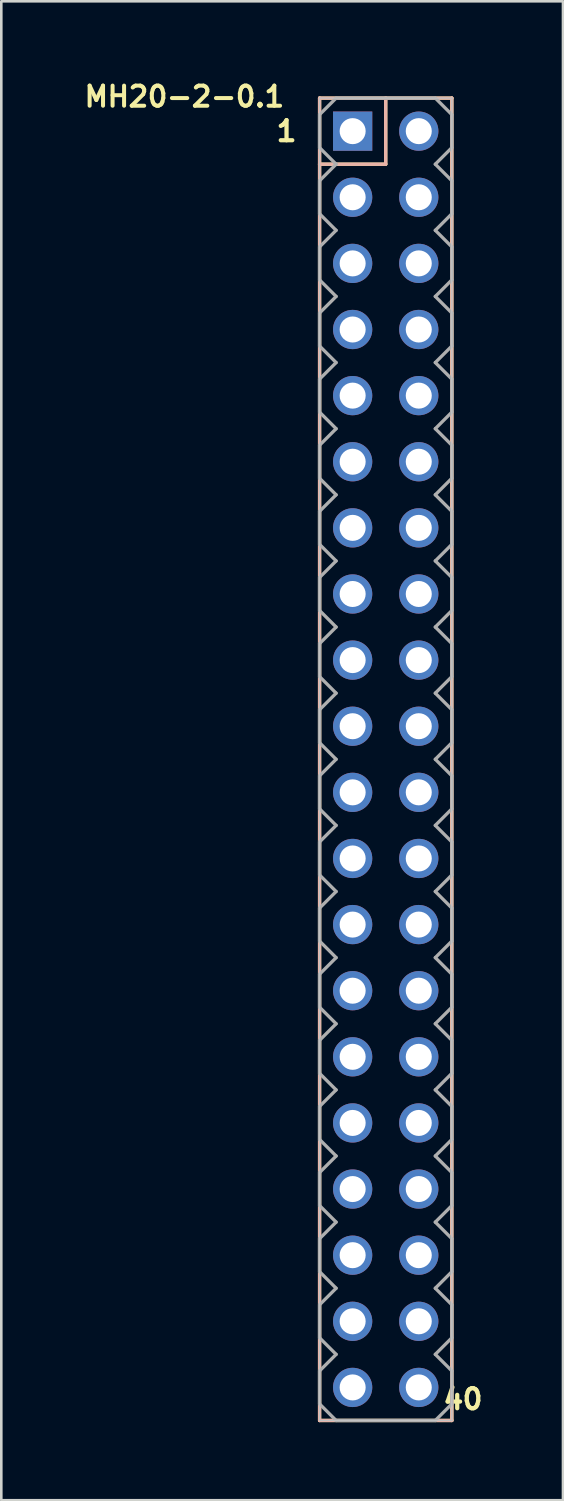
<source format=kicad_pcb>
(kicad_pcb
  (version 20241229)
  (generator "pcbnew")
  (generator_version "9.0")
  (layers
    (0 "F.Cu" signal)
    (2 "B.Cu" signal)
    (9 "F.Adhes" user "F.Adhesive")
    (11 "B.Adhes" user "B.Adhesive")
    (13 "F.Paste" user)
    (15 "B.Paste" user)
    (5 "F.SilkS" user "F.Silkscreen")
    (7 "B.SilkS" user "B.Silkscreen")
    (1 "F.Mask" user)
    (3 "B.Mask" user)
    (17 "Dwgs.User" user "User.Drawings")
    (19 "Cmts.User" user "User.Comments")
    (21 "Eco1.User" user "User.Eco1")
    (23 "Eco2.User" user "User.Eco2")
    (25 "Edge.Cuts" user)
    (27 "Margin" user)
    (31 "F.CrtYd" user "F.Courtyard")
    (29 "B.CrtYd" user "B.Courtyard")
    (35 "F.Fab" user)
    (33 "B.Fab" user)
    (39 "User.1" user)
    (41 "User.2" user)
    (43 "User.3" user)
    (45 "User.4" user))
  (footprint "MH20-2-0.1"
    (layer "F.Cu")
    (at 11.767 23.578)
    (property "Reference" "MH20-2-0.1" (at -3.81 -23.368 0) (layer "F.SilkS") (effects (font (size 0.772 0.772) (thickness 0.154)) (justify right top)))
    (attr through_hole)
    (fp_line (start -2.54 -22.86) (end 0 -22.86) (stroke (width 0.127) (type solid)) (layer "F.SilkS"))
    (fp_line (start -2.54 -20.32) (end -2.54 -22.86) (stroke (width 0.127) (type solid)) (layer "F.SilkS"))
    (fp_line (start -2.54 -20.32) (end 0 -20.32) (stroke (width 0.127) (type solid)) (layer "F.SilkS"))
    (fp_line (start -2.54 27.94) (end -2.54 -20.32) (stroke (width 0.127) (type solid)) (layer "F.SilkS"))
    (fp_line (start 0 -22.86) (end 2.54 -22.86) (stroke (width 0.127) (type solid)) (layer "F.SilkS"))
    (fp_line (start 0 -20.32) (end 0 -22.86) (stroke (width 0.127) (type solid)) (layer "F.SilkS"))
    (fp_line (start 2.54 -22.86) (end 2.54 27.94) (stroke (width 0.127) (type solid)) (layer "F.SilkS"))
    (fp_line (start 2.54 27.94) (end -2.54 27.94) (stroke (width 0.127) (type solid)) (layer "F.SilkS"))
    (fp_line (start -2.54 -22.86) (end 0 -22.86) (stroke (width 0.127) (type solid)) (layer "B.SilkS"))
    (fp_line (start -2.54 -20.32) (end -2.54 -22.86) (stroke (width 0.127) (type solid)) (layer "B.SilkS"))
    (fp_line (start -2.54 -20.32) (end 0 -20.32) (stroke (width 0.127) (type solid)) (layer "B.SilkS"))
    (fp_line (start -2.54 27.94) (end -2.54 -20.32) (stroke (width 0.127) (type solid)) (layer "B.SilkS"))
    (fp_line (start 0 -22.86) (end 2.54 -22.86) (stroke (width 0.127) (type solid)) (layer "B.SilkS"))
    (fp_line (start 0 -20.32) (end 0 -22.86) (stroke (width 0.127) (type solid)) (layer "B.SilkS"))
    (fp_line (start 2.54 -22.86) (end 2.54 27.94) (stroke (width 0.127) (type solid)) (layer "B.SilkS"))
    (fp_line (start 2.54 27.94) (end -2.54 27.94) (stroke (width 0.127) (type solid)) (layer "B.SilkS"))
    (fp_line (start -2.54 -22.86) (end 2.54 -22.86) (stroke (width 0.051) (type solid)) (layer "Dwgs.User"))
    (fp_line (start -2.54 27.94) (end -2.54 -22.86) (stroke (width 0.051) (type solid)) (layer "Dwgs.User"))
    (fp_line (start 2.54 -22.86) (end 2.54 27.94) (stroke (width 0.051) (type solid)) (layer "Dwgs.User"))
    (fp_line (start 2.54 27.94) (end -2.54 27.94) (stroke (width 0.051) (type solid)) (layer "Dwgs.User"))
    (fp_line (start -2.54 -20.955) (end -2.54 -22.225) (stroke (width 0.127) (type solid)) (layer "F.Fab"))
    (fp_line (start -2.54 -19.685) (end -1.905 -20.32) (stroke (width 0.127) (type solid)) (layer "F.Fab"))
    (fp_line (start -2.54 -18.415) (end -2.54 -19.685) (stroke (width 0.127) (type solid)) (layer "F.Fab"))
    (fp_line (start -2.54 -17.145) (end -1.905 -17.78) (stroke (width 0.127) (type solid)) (layer "F.Fab"))
    (fp_line (start -2.54 -15.875) (end -2.54 -17.145) (stroke (width 0.127) (type solid)) (layer "F.Fab"))
    (fp_line (start -2.54 -14.605) (end -1.905 -15.24) (stroke (width 0.127) (type solid)) (layer "F.Fab"))
    (fp_line (start -2.54 -13.335) (end -2.54 -14.605) (stroke (width 0.127) (type solid)) (layer "F.Fab"))
    (fp_line (start -2.54 -12.065) (end -1.905 -12.7) (stroke (width 0.127) (type solid)) (layer "F.Fab"))
    (fp_line (start -2.54 -10.795) (end -2.54 -12.065) (stroke (width 0.127) (type solid)) (layer "F.Fab"))
    (fp_line (start -2.54 -9.525) (end -1.905 -10.16) (stroke (width 0.127) (type solid)) (layer "F.Fab"))
    (fp_line (start -2.54 -8.255) (end -2.54 -9.525) (stroke (width 0.127) (type solid)) (layer "F.Fab"))
    (fp_line (start -2.54 -6.985) (end -1.905 -7.62) (stroke (width 0.127) (type solid)) (layer "F.Fab"))
    (fp_line (start -2.54 -5.715) (end -2.54 -6.985) (stroke (width 0.127) (type solid)) (layer "F.Fab"))
    (fp_line (start -2.54 -4.445) (end -1.905 -5.08) (stroke (width 0.127) (type solid)) (layer "F.Fab"))
    (fp_line (start -2.54 -3.175) (end -2.54 -4.445) (stroke (width 0.127) (type solid)) (layer "F.Fab"))
    (fp_line (start -2.54 -1.905) (end -1.905 -2.54) (stroke (width 0.127) (type solid)) (layer "F.Fab"))
    (fp_line (start -2.54 -0.635) (end -2.54 -1.905) (stroke (width 0.127) (type solid)) (layer "F.Fab"))
    (fp_line (start -2.54 0.635) (end -1.905 0) (stroke (width 0.127) (type solid)) (layer "F.Fab"))
    (fp_line (start -2.54 1.905) (end -2.54 0.635) (stroke (width 0.127) (type solid)) (layer "F.Fab"))
    (fp_line (start -2.54 3.175) (end -1.905 2.54) (stroke (width 0.127) (type solid)) (layer "F.Fab"))
    (fp_line (start -2.54 4.445) (end -2.54 3.175) (stroke (width 0.127) (type solid)) (layer "F.Fab"))
    (fp_line (start -2.54 5.715) (end -1.905 5.08) (stroke (width 0.127) (type solid)) (layer "F.Fab"))
    (fp_line (start -2.54 6.985) (end -2.54 5.715) (stroke (width 0.127) (type solid)) (layer "F.Fab"))
    (fp_line (start -2.54 8.255) (end -1.905 7.62) (stroke (width 0.127) (type solid)) (layer "F.Fab"))
    (fp_line (start -2.54 9.525) (end -2.54 8.255) (stroke (width 0.127) (type solid)) (layer "F.Fab"))
    (fp_line (start -2.54 10.795) (end -1.905 10.16) (stroke (width 0.127) (type solid)) (layer "F.Fab"))
    (fp_line (start -2.54 12.065) (end -2.54 10.795) (stroke (width 0.127) (type solid)) (layer "F.Fab"))
    (fp_line (start -2.54 13.335) (end -1.905 12.7) (stroke (width 0.127) (type solid)) (layer "F.Fab"))
    (fp_line (start -2.54 14.605) (end -2.54 13.335) (stroke (width 0.127) (type solid)) (layer "F.Fab"))
    (fp_line (start -2.54 15.875) (end -1.905 15.24) (stroke (width 0.127) (type solid)) (layer "F.Fab"))
    (fp_line (start -2.54 17.145) (end -2.54 15.875) (stroke (width 0.127) (type solid)) (layer "F.Fab"))
    (fp_line (start -2.54 18.415) (end -1.905 17.78) (stroke (width 0.127) (type solid)) (layer "F.Fab"))
    (fp_line (start -2.54 19.685) (end -2.54 18.415) (stroke (width 0.127) (type solid)) (layer "F.Fab"))
    (fp_line (start -2.54 20.955) (end -1.905 20.32) (stroke (width 0.127) (type solid)) (layer "F.Fab"))
    (fp_line (start -2.54 22.225) (end -2.54 20.955) (stroke (width 0.127) (type solid)) (layer "F.Fab"))
    (fp_line (start -2.54 23.495) (end -1.905 22.86) (stroke (width 0.127) (type solid)) (layer "F.Fab"))
    (fp_line (start -2.54 24.765) (end -2.54 23.495) (stroke (width 0.127) (type solid)) (layer "F.Fab"))
    (fp_line (start -2.54 26.035) (end -1.905 25.4) (stroke (width 0.127) (type solid)) (layer "F.Fab"))
    (fp_line (start -2.54 27.305) (end -2.54 26.035) (stroke (width 0.127) (type solid)) (layer "F.Fab"))
    (fp_line (start -1.905 -22.86) (end -2.54 -22.225) (stroke (width 0.127) (type solid)) (layer "F.Fab"))
    (fp_line (start -1.905 -20.32) (end -2.54 -20.955) (stroke (width 0.127) (type solid)) (layer "F.Fab"))
    (fp_line (start -1.905 -17.78) (end -2.54 -18.415) (stroke (width 0.127) (type solid)) (layer "F.Fab"))
    (fp_line (start -1.905 -15.24) (end -2.54 -15.875) (stroke (width 0.127) (type solid)) (layer "F.Fab"))
    (fp_line (start -1.905 -12.7) (end -2.54 -13.335) (stroke (width 0.127) (type solid)) (layer "F.Fab"))
    (fp_line (start -1.905 -10.16) (end -2.54 -10.795) (stroke (width 0.127) (type solid)) (layer "F.Fab"))
    (fp_line (start -1.905 -7.62) (end -2.54 -8.255) (stroke (width 0.127) (type solid)) (layer "F.Fab"))
    (fp_line (start -1.905 -5.08) (end -2.54 -5.715) (stroke (width 0.127) (type solid)) (layer "F.Fab"))
    (fp_line (start -1.905 -2.54) (end -2.54 -3.175) (stroke (width 0.127) (type solid)) (layer "F.Fab"))
    (fp_line (start -1.905 0) (end -2.54 -0.635) (stroke (width 0.127) (type solid)) (layer "F.Fab"))
    (fp_line (start -1.905 2.54) (end -2.54 1.905) (stroke (width 0.127) (type solid)) (layer "F.Fab"))
    (fp_line (start -1.905 5.08) (end -2.54 4.445) (stroke (width 0.127) (type solid)) (layer "F.Fab"))
    (fp_line (start -1.905 7.62) (end -2.54 6.985) (stroke (width 0.127) (type solid)) (layer "F.Fab"))
    (fp_line (start -1.905 10.16) (end -2.54 9.525) (stroke (width 0.127) (type solid)) (layer "F.Fab"))
    (fp_line (start -1.905 12.7) (end -2.54 12.065) (stroke (width 0.127) (type solid)) (layer "F.Fab"))
    (fp_line (start -1.905 15.24) (end -2.54 14.605) (stroke (width 0.127) (type solid)) (layer "F.Fab"))
    (fp_line (start -1.905 17.78) (end -2.54 17.145) (stroke (width 0.127) (type solid)) (layer "F.Fab"))
    (fp_line (start -1.905 20.32) (end -2.54 19.685) (stroke (width 0.127) (type solid)) (layer "F.Fab"))
    (fp_line (start -1.905 22.86) (end -2.54 22.225) (stroke (width 0.127) (type solid)) (layer "F.Fab"))
    (fp_line (start -1.905 25.4) (end -2.54 24.765) (stroke (width 0.127) (type solid)) (layer "F.Fab"))
    (fp_line (start -1.905 27.94) (end -2.54 27.305) (stroke (width 0.127) (type solid)) (layer "F.Fab"))
    (fp_line (start 1.905 -22.86) (end -1.905 -22.86) (stroke (width 0.127) (type solid)) (layer "F.Fab"))
    (fp_line (start 1.905 -20.32) (end 2.54 -19.685) (stroke (width 0.127) (type solid)) (layer "F.Fab"))
    (fp_line (start 1.905 -17.78) (end 2.54 -17.145) (stroke (width 0.127) (type solid)) (layer "F.Fab"))
    (fp_line (start 1.905 -15.24) (end 2.54 -14.605) (stroke (width 0.127) (type solid)) (layer "F.Fab"))
    (fp_line (start 1.905 -12.7) (end 2.54 -12.065) (stroke (width 0.127) (type solid)) (layer "F.Fab"))
    (fp_line (start 1.905 -10.16) (end 2.54 -9.525) (stroke (width 0.127) (type solid)) (layer "F.Fab"))
    (fp_line (start 1.905 -7.62) (end 2.54 -6.985) (stroke (width 0.127) (type solid)) (layer "F.Fab"))
    (fp_line (start 1.905 -5.08) (end 2.54 -4.445) (stroke (width 0.127) (type solid)) (layer "F.Fab"))
    (fp_line (start 1.905 -2.54) (end 2.54 -1.905) (stroke (width 0.127) (type solid)) (layer "F.Fab"))
    (fp_line (start 1.905 0) (end 2.54 0.635) (stroke (width 0.127) (type solid)) (layer "F.Fab"))
    (fp_line (start 1.905 2.54) (end 2.54 3.175) (stroke (width 0.127) (type solid)) (layer "F.Fab"))
    (fp_line (start 1.905 5.08) (end 2.54 5.715) (stroke (width 0.127) (type solid)) (layer "F.Fab"))
    (fp_line (start 1.905 7.62) (end 2.54 8.255) (stroke (width 0.127) (type solid)) (layer "F.Fab"))
    (fp_line (start 1.905 10.16) (end 2.54 10.795) (stroke (width 0.127) (type solid)) (layer "F.Fab"))
    (fp_line (start 1.905 12.7) (end 2.54 13.335) (stroke (width 0.127) (type solid)) (layer "F.Fab"))
    (fp_line (start 1.905 15.24) (end 2.54 15.875) (stroke (width 0.127) (type solid)) (layer "F.Fab"))
    (fp_line (start 1.905 17.78) (end 2.54 18.415) (stroke (width 0.127) (type solid)) (layer "F.Fab"))
    (fp_line (start 1.905 20.32) (end 2.54 20.955) (stroke (width 0.127) (type solid)) (layer "F.Fab"))
    (fp_line (start 1.905 22.86) (end 2.54 23.495) (stroke (width 0.127) (type solid)) (layer "F.Fab"))
    (fp_line (start 1.905 25.4) (end 2.54 26.035) (stroke (width 0.127) (type solid)) (layer "F.Fab"))
    (fp_line (start 1.905 27.94) (end -1.905 27.94) (stroke (width 0.127) (type solid)) (layer "F.Fab"))
    (fp_line (start 2.54 -22.225) (end 1.905 -22.86) (stroke (width 0.127) (type solid)) (layer "F.Fab"))
    (fp_line (start 2.54 -22.225) (end 2.54 -20.955) (stroke (width 0.127) (type solid)) (layer "F.Fab"))
    (fp_line (start 2.54 -20.955) (end 1.905 -20.32) (stroke (width 0.127) (type solid)) (layer "F.Fab"))
    (fp_line (start 2.54 -19.685) (end 2.54 -18.415) (stroke (width 0.127) (type solid)) (layer "F.Fab"))
    (fp_line (start 2.54 -18.415) (end 1.905 -17.78) (stroke (width 0.127) (type solid)) (layer "F.Fab"))
    (fp_line (start 2.54 -17.145) (end 2.54 -15.875) (stroke (width 0.127) (type solid)) (layer "F.Fab"))
    (fp_line (start 2.54 -15.875) (end 1.905 -15.24) (stroke (width 0.127) (type solid)) (layer "F.Fab"))
    (fp_line (start 2.54 -14.605) (end 2.54 -13.335) (stroke (width 0.127) (type solid)) (layer "F.Fab"))
    (fp_line (start 2.54 -13.335) (end 1.905 -12.7) (stroke (width 0.127) (type solid)) (layer "F.Fab"))
    (fp_line (start 2.54 -12.065) (end 2.54 -10.795) (stroke (width 0.127) (type solid)) (layer "F.Fab"))
    (fp_line (start 2.54 -10.795) (end 1.905 -10.16) (stroke (width 0.127) (type solid)) (layer "F.Fab"))
    (fp_line (start 2.54 -9.525) (end 2.54 -8.255) (stroke (width 0.127) (type solid)) (layer "F.Fab"))
    (fp_line (start 2.54 -8.255) (end 1.905 -7.62) (stroke (width 0.127) (type solid)) (layer "F.Fab"))
    (fp_line (start 2.54 -6.985) (end 2.54 -5.715) (stroke (width 0.127) (type solid)) (layer "F.Fab"))
    (fp_line (start 2.54 -5.715) (end 1.905 -5.08) (stroke (width 0.127) (type solid)) (layer "F.Fab"))
    (fp_line (start 2.54 -4.445) (end 2.54 -3.175) (stroke (width 0.127) (type solid)) (layer "F.Fab"))
    (fp_line (start 2.54 -3.175) (end 1.905 -2.54) (stroke (width 0.127) (type solid)) (layer "F.Fab"))
    (fp_line (start 2.54 -1.905) (end 2.54 -0.635) (stroke (width 0.127) (type solid)) (layer "F.Fab"))
    (fp_line (start 2.54 -0.635) (end 1.905 0) (stroke (width 0.127) (type solid)) (layer "F.Fab"))
    (fp_line (start 2.54 0.635) (end 2.54 1.905) (stroke (width 0.127) (type solid)) (layer "F.Fab"))
    (fp_line (start 2.54 1.905) (end 1.905 2.54) (stroke (width 0.127) (type solid)) (layer "F.Fab"))
    (fp_line (start 2.54 3.175) (end 2.54 4.445) (stroke (width 0.127) (type solid)) (layer "F.Fab"))
    (fp_line (start 2.54 4.445) (end 1.905 5.08) (stroke (width 0.127) (type solid)) (layer "F.Fab"))
    (fp_line (start 2.54 5.715) (end 2.54 6.985) (stroke (width 0.127) (type solid)) (layer "F.Fab"))
    (fp_line (start 2.54 6.985) (end 1.905 7.62) (stroke (width 0.127) (type solid)) (layer "F.Fab"))
    (fp_line (start 2.54 8.255) (end 2.54 9.525) (stroke (width 0.127) (type solid)) (layer "F.Fab"))
    (fp_line (start 2.54 9.525) (end 1.905 10.16) (stroke (width 0.127) (type solid)) (layer "F.Fab"))
    (fp_line (start 2.54 10.795) (end 2.54 12.065) (stroke (width 0.127) (type solid)) (layer "F.Fab"))
    (fp_line (start 2.54 12.065) (end 1.905 12.7) (stroke (width 0.127) (type solid)) (layer "F.Fab"))
    (fp_line (start 2.54 13.335) (end 2.54 14.605) (stroke (width 0.127) (type solid)) (layer "F.Fab"))
    (fp_line (start 2.54 14.605) (end 1.905 15.24) (stroke (width 0.127) (type solid)) (layer "F.Fab"))
    (fp_line (start 2.54 15.875) (end 2.54 17.145) (stroke (width 0.127) (type solid)) (layer "F.Fab"))
    (fp_line (start 2.54 17.145) (end 1.905 17.78) (stroke (width 0.127) (type solid)) (layer "F.Fab"))
    (fp_line (start 2.54 18.415) (end 2.54 19.685) (stroke (width 0.127) (type solid)) (layer "F.Fab"))
    (fp_line (start 2.54 19.685) (end 1.905 20.32) (stroke (width 0.127) (type solid)) (layer "F.Fab"))
    (fp_line (start 2.54 20.955) (end 2.54 22.225) (stroke (width 0.127) (type solid)) (layer "F.Fab"))
    (fp_line (start 2.54 22.225) (end 1.905 22.86) (stroke (width 0.127) (type solid)) (layer "F.Fab"))
    (fp_line (start 2.54 23.495) (end 2.54 24.765) (stroke (width 0.127) (type solid)) (layer "F.Fab"))
    (fp_line (start 2.54 24.765) (end 1.905 25.4) (stroke (width 0.127) (type solid)) (layer "F.Fab"))
    (fp_line (start 2.54 26.035) (end 2.54 27.305) (stroke (width 0.127) (type solid)) (layer "F.Fab"))
    (fp_line (start 2.54 27.305) (end 1.905 27.94) (stroke (width 0.127) (type solid)) (layer "F.Fab"))
    (fp_poly (pts (xy -1.524 -21.844) (xy -1.524 -21.336) (xy -1.016 -21.336) (xy -1.016 -21.844)) (stroke (width 0.1) (type solid)) (fill no) (layer "F.Fab"))
    (fp_poly (pts (xy -1.524 -19.304) (xy -1.524 -18.796) (xy -1.016 -18.796) (xy -1.016 -19.304)) (stroke (width 0.1) (type solid)) (fill no) (layer "F.Fab"))
    (fp_poly (pts (xy -1.524 -16.764) (xy -1.524 -16.256) (xy -1.016 -16.256) (xy -1.016 -16.764)) (stroke (width 0.1) (type solid)) (fill no) (layer "F.Fab"))
    (fp_poly (pts (xy -1.524 -14.224) (xy -1.524 -13.716) (xy -1.016 -13.716) (xy -1.016 -14.224)) (stroke (width 0.1) (type solid)) (fill no) (layer "F.Fab"))
    (fp_poly (pts (xy -1.524 -11.684) (xy -1.524 -11.176) (xy -1.016 -11.176) (xy -1.016 -11.684)) (stroke (width 0.1) (type solid)) (fill no) (layer "F.Fab"))
    (fp_poly (pts (xy -1.524 -9.144) (xy -1.524 -8.636) (xy -1.016 -8.636) (xy -1.016 -9.144)) (stroke (width 0.1) (type solid)) (fill no) (layer "F.Fab"))
    (fp_poly (pts (xy -1.524 -6.604) (xy -1.524 -6.096) (xy -1.016 -6.096) (xy -1.016 -6.604)) (stroke (width 0.1) (type solid)) (fill no) (layer "F.Fab"))
    (fp_poly (pts (xy -1.524 -4.064) (xy -1.524 -3.556) (xy -1.016 -3.556) (xy -1.016 -4.064)) (stroke (width 0.1) (type solid)) (fill no) (layer "F.Fab"))
    (fp_poly (pts (xy -1.524 -1.524) (xy -1.524 -1.016) (xy -1.016 -1.016) (xy -1.016 -1.524)) (stroke (width 0.1) (type solid)) (fill no) (layer "F.Fab"))
    (fp_poly (pts (xy -1.524 1.016) (xy -1.524 1.524) (xy -1.016 1.524) (xy -1.016 1.016)) (stroke (width 0.1) (type solid)) (fill no) (layer "F.Fab"))
    (fp_poly (pts (xy -1.524 3.556) (xy -1.524 4.064) (xy -1.016 4.064) (xy -1.016 3.556)) (stroke (width 0.1) (type solid)) (fill no) (layer "F.Fab"))
    (fp_poly (pts (xy -1.524 6.096) (xy -1.524 6.604) (xy -1.016 6.604) (xy -1.016 6.096)) (stroke (width 0.1) (type solid)) (fill no) (layer "F.Fab"))
    (fp_poly (pts (xy -1.524 8.636) (xy -1.524 9.144) (xy -1.016 9.144) (xy -1.016 8.636)) (stroke (width 0.1) (type solid)) (fill no) (layer "F.Fab"))
    (fp_poly (pts (xy -1.524 11.176) (xy -1.524 11.684) (xy -1.016 11.684) (xy -1.016 11.176)) (stroke (width 0.1) (type solid)) (fill no) (layer "F.Fab"))
    (fp_poly (pts (xy -1.524 13.716) (xy -1.524 14.224) (xy -1.016 14.224) (xy -1.016 13.716)) (stroke (width 0.1) (type solid)) (fill no) (layer "F.Fab"))
    (fp_poly (pts (xy -1.524 16.256) (xy -1.524 16.764) (xy -1.016 16.764) (xy -1.016 16.256)) (stroke (width 0.1) (type solid)) (fill no) (layer "F.Fab"))
    (fp_poly (pts (xy -1.524 18.796) (xy -1.524 19.304) (xy -1.016 19.304) (xy -1.016 18.796)) (stroke (width 0.1) (type solid)) (fill no) (layer "F.Fab"))
    (fp_poly (pts (xy -1.524 21.336) (xy -1.524 21.844) (xy -1.016 21.844) (xy -1.016 21.336)) (stroke (width 0.1) (type solid)) (fill no) (layer "F.Fab"))
    (fp_poly (pts (xy -1.524 23.876) (xy -1.524 24.384) (xy -1.016 24.384) (xy -1.016 23.876)) (stroke (width 0.1) (type solid)) (fill no) (layer "F.Fab"))
    (fp_poly (pts (xy -1.524 26.416) (xy -1.524 26.924) (xy -1.016 26.924) (xy -1.016 26.416)) (stroke (width 0.1) (type solid)) (fill no) (layer "F.Fab"))
    (fp_poly (pts (xy 1.016 -21.844) (xy 1.016 -21.336) (xy 1.524 -21.336) (xy 1.524 -21.844)) (stroke (width 0.1) (type solid)) (fill no) (layer "F.Fab"))
    (fp_poly (pts (xy 1.016 -19.304) (xy 1.016 -18.796) (xy 1.524 -18.796) (xy 1.524 -19.304)) (stroke (width 0.1) (type solid)) (fill no) (layer "F.Fab"))
    (fp_poly (pts (xy 1.016 -16.764) (xy 1.016 -16.256) (xy 1.524 -16.256) (xy 1.524 -16.764)) (stroke (width 0.1) (type solid)) (fill no) (layer "F.Fab"))
    (fp_poly (pts (xy 1.016 -14.224) (xy 1.016 -13.716) (xy 1.524 -13.716) (xy 1.524 -14.224)) (stroke (width 0.1) (type solid)) (fill no) (layer "F.Fab"))
    (fp_poly (pts (xy 1.016 -11.684) (xy 1.016 -11.176) (xy 1.524 -11.176) (xy 1.524 -11.684)) (stroke (width 0.1) (type solid)) (fill no) (layer "F.Fab"))
    (fp_poly (pts (xy 1.016 -9.144) (xy 1.016 -8.636) (xy 1.524 -8.636) (xy 1.524 -9.144)) (stroke (width 0.1) (type solid)) (fill no) (layer "F.Fab"))
    (fp_poly (pts (xy 1.016 -6.604) (xy 1.016 -6.096) (xy 1.524 -6.096) (xy 1.524 -6.604)) (stroke (width 0.1) (type solid)) (fill no) (layer "F.Fab"))
    (fp_poly (pts (xy 1.016 -4.064) (xy 1.016 -3.556) (xy 1.524 -3.556) (xy 1.524 -4.064)) (stroke (width 0.1) (type solid)) (fill no) (layer "F.Fab"))
    (fp_poly (pts (xy 1.016 -1.524) (xy 1.016 -1.016) (xy 1.524 -1.016) (xy 1.524 -1.524)) (stroke (width 0.1) (type solid)) (fill no) (layer "F.Fab"))
    (fp_poly (pts (xy 1.016 1.016) (xy 1.016 1.524) (xy 1.524 1.524) (xy 1.524 1.016)) (stroke (width 0.1) (type solid)) (fill no) (layer "F.Fab"))
    (fp_poly (pts (xy 1.016 3.556) (xy 1.016 4.064) (xy 1.524 4.064) (xy 1.524 3.556)) (stroke (width 0.1) (type solid)) (fill no) (layer "F.Fab"))
    (fp_poly (pts (xy 1.016 6.096) (xy 1.016 6.604) (xy 1.524 6.604) (xy 1.524 6.096)) (stroke (width 0.1) (type solid)) (fill no) (layer "F.Fab"))
    (fp_poly (pts (xy 1.016 8.636) (xy 1.016 9.144) (xy 1.524 9.144) (xy 1.524 8.636)) (stroke (width 0.1) (type solid)) (fill no) (layer "F.Fab"))
    (fp_poly (pts (xy 1.016 11.176) (xy 1.016 11.684) (xy 1.524 11.684) (xy 1.524 11.176)) (stroke (width 0.1) (type solid)) (fill no) (layer "F.Fab"))
    (fp_poly (pts (xy 1.016 13.716) (xy 1.016 14.224) (xy 1.524 14.224) (xy 1.524 13.716)) (stroke (width 0.1) (type solid)) (fill no) (layer "F.Fab"))
    (fp_poly (pts (xy 1.016 16.256) (xy 1.016 16.764) (xy 1.524 16.764) (xy 1.524 16.256)) (stroke (width 0.1) (type solid)) (fill no) (layer "F.Fab"))
    (fp_poly (pts (xy 1.016 18.796) (xy 1.016 19.304) (xy 1.524 19.304) (xy 1.524 18.796)) (stroke (width 0.1) (type solid)) (fill no) (layer "F.Fab"))
    (fp_poly (pts (xy 1.016 21.336) (xy 1.016 21.844) (xy 1.524 21.844) (xy 1.524 21.336)) (stroke (width 0.1) (type solid)) (fill no) (layer "F.Fab"))
    (fp_poly (pts (xy 1.016 23.876) (xy 1.016 24.384) (xy 1.524 24.384) (xy 1.524 23.876)) (stroke (width 0.1) (type solid)) (fill no) (layer "F.Fab"))
    (fp_poly (pts (xy 1.016 26.416) (xy 1.016 26.924) (xy 1.524 26.924) (xy 1.524 26.416)) (stroke (width 0.1) (type solid)) (fill no) (layer "F.Fab"))
    (fp_text user "40" (at 3.81 26.67 0) (layer "F.SilkS") (effects (font (size 0.772 0.772) (thickness 0.163)) (justify right top)))
    (fp_text user "1" (at -3.81 -21.59 0) (layer "F.SilkS") (effects (font (size 0.772 0.772) (thickness 0.163))))
    (pad "1" thru_hole rect (at -1.27 -21.59 270) (size 1.508 1.508) (drill 1) (layers "*.Cu" "*.Mask"))
    (pad "2" thru_hole circle (at 1.27 -21.59 270) (size 1.508 1.508) (drill 1) (layers "*.Cu" "*.Mask"))
    (pad "3" thru_hole circle (at -1.27 -19.05 270) (size 1.508 1.508) (drill 1) (layers "*.Cu" "*.Mask"))
    (pad "4" thru_hole circle (at 1.27 -19.05 270) (size 1.508 1.508) (drill 1) (layers "*.Cu" "*.Mask"))
    (pad "5" thru_hole circle (at -1.27 -16.51 270) (size 1.508 1.508) (drill 1) (layers "*.Cu" "*.Mask"))
    (pad "6" thru_hole circle (at 1.27 -16.51 270) (size 1.508 1.508) (drill 1) (layers "*.Cu" "*.Mask"))
    (pad "7" thru_hole circle (at -1.27 -13.97 270) (size 1.508 1.508) (drill 1) (layers "*.Cu" "*.Mask"))
    (pad "8" thru_hole circle (at 1.27 -13.97 270) (size 1.508 1.508) (drill 1) (layers "*.Cu" "*.Mask"))
    (pad "9" thru_hole circle (at -1.27 -11.43 270) (size 1.508 1.508) (drill 1) (layers "*.Cu" "*.Mask"))
    (pad "10" thru_hole circle (at 1.27 -11.43 270) (size 1.508 1.508) (drill 1) (layers "*.Cu" "*.Mask"))
    (pad "11" thru_hole circle (at -1.27 -8.89 270) (size 1.508 1.508) (drill 1) (layers "*.Cu" "*.Mask"))
    (pad "12" thru_hole circle (at 1.27 -8.89 270) (size 1.508 1.508) (drill 1) (layers "*.Cu" "*.Mask"))
    (pad "13" thru_hole circle (at -1.27 -6.35 270) (size 1.508 1.508) (drill 1) (layers "*.Cu" "*.Mask"))
    (pad "14" thru_hole circle (at 1.27 -6.35 270) (size 1.508 1.508) (drill 1) (layers "*.Cu" "*.Mask"))
    (pad "15" thru_hole circle (at -1.27 -3.81 270) (size 1.508 1.508) (drill 1) (layers "*.Cu" "*.Mask"))
    (pad "16" thru_hole circle (at 1.27 -3.81 270) (size 1.508 1.508) (drill 1) (layers "*.Cu" "*.Mask"))
    (pad "17" thru_hole circle (at -1.27 -1.27 270) (size 1.508 1.508) (drill 1) (layers "*.Cu" "*.Mask"))
    (pad "18" thru_hole circle (at 1.27 -1.27 270) (size 1.508 1.508) (drill 1) (layers "*.Cu" "*.Mask"))
    (pad "19" thru_hole circle (at -1.27 1.27 270) (size 1.508 1.508) (drill 1) (layers "*.Cu" "*.Mask"))
    (pad "20" thru_hole circle (at 1.27 1.27 270) (size 1.508 1.508) (drill 1) (layers "*.Cu" "*.Mask"))
    (pad "21" thru_hole circle (at -1.27 3.81 270) (size 1.508 1.508) (drill 1) (layers "*.Cu" "*.Mask"))
    (pad "22" thru_hole circle (at 1.27 3.81 270) (size 1.508 1.508) (drill 1) (layers "*.Cu" "*.Mask"))
    (pad "23" thru_hole circle (at -1.27 6.35 270) (size 1.508 1.508) (drill 1) (layers "*.Cu" "*.Mask"))
    (pad "24" thru_hole circle (at 1.27 6.35 270) (size 1.508 1.508) (drill 1) (layers "*.Cu" "*.Mask"))
    (pad "25" thru_hole circle (at -1.27 8.89 270) (size 1.508 1.508) (drill 1) (layers "*.Cu" "*.Mask"))
    (pad "26" thru_hole circle (at 1.27 8.89 270) (size 1.508 1.508) (drill 1) (layers "*.Cu" "*.Mask"))
    (pad "27" thru_hole circle (at -1.27 11.43 270) (size 1.508 1.508) (drill 1) (layers "*.Cu" "*.Mask"))
    (pad "28" thru_hole circle (at 1.27 11.43 270) (size 1.508 1.508) (drill 1) (layers "*.Cu" "*.Mask"))
    (pad "29" thru_hole circle (at -1.27 13.97 270) (size 1.508 1.508) (drill 1) (layers "*.Cu" "*.Mask"))
    (pad "30" thru_hole circle (at 1.27 13.97 270) (size 1.508 1.508) (drill 1) (layers "*.Cu" "*.Mask"))
    (pad "31" thru_hole circle (at -1.27 16.51 270) (size 1.508 1.508) (drill 1) (layers "*.Cu" "*.Mask"))
    (pad "32" thru_hole circle (at 1.27 16.51 270) (size 1.508 1.508) (drill 1) (layers "*.Cu" "*.Mask"))
    (pad "33" thru_hole circle (at -1.27 19.05 270) (size 1.508 1.508) (drill 1) (layers "*.Cu" "*.Mask"))
    (pad "34" thru_hole circle (at 1.27 19.05 270) (size 1.508 1.508) (drill 1) (layers "*.Cu" "*.Mask"))
    (pad "35" thru_hole circle (at -1.27 21.59 270) (size 1.508 1.508) (drill 1) (layers "*.Cu" "*.Mask"))
    (pad "36" thru_hole circle (at 1.27 21.59 270) (size 1.508 1.508) (drill 1) (layers "*.Cu" "*.Mask"))
    (pad "37" thru_hole circle (at -1.27 24.13 270) (size 1.508 1.508) (drill 1) (layers "*.Cu" "*.Mask"))
    (pad "38" thru_hole circle (at 1.27 24.13 270) (size 1.508 1.508) (drill 1) (layers "*.Cu" "*.Mask"))
    (pad "39" thru_hole circle (at -1.27 26.67 270) (size 1.508 1.508) (drill 1) (layers "*.Cu" "*.Mask"))
    (pad "40" thru_hole circle (at 1.27 26.67 270) (size 1.508 1.508) (drill 1) (layers "*.Cu" "*.Mask")))
  (gr_rect
    (start -3 -3)
    (end 18.577 54.582)
    (stroke (width 0.1) (type default))
    (fill no)
    (layer "Edge.Cuts")))
</source>
